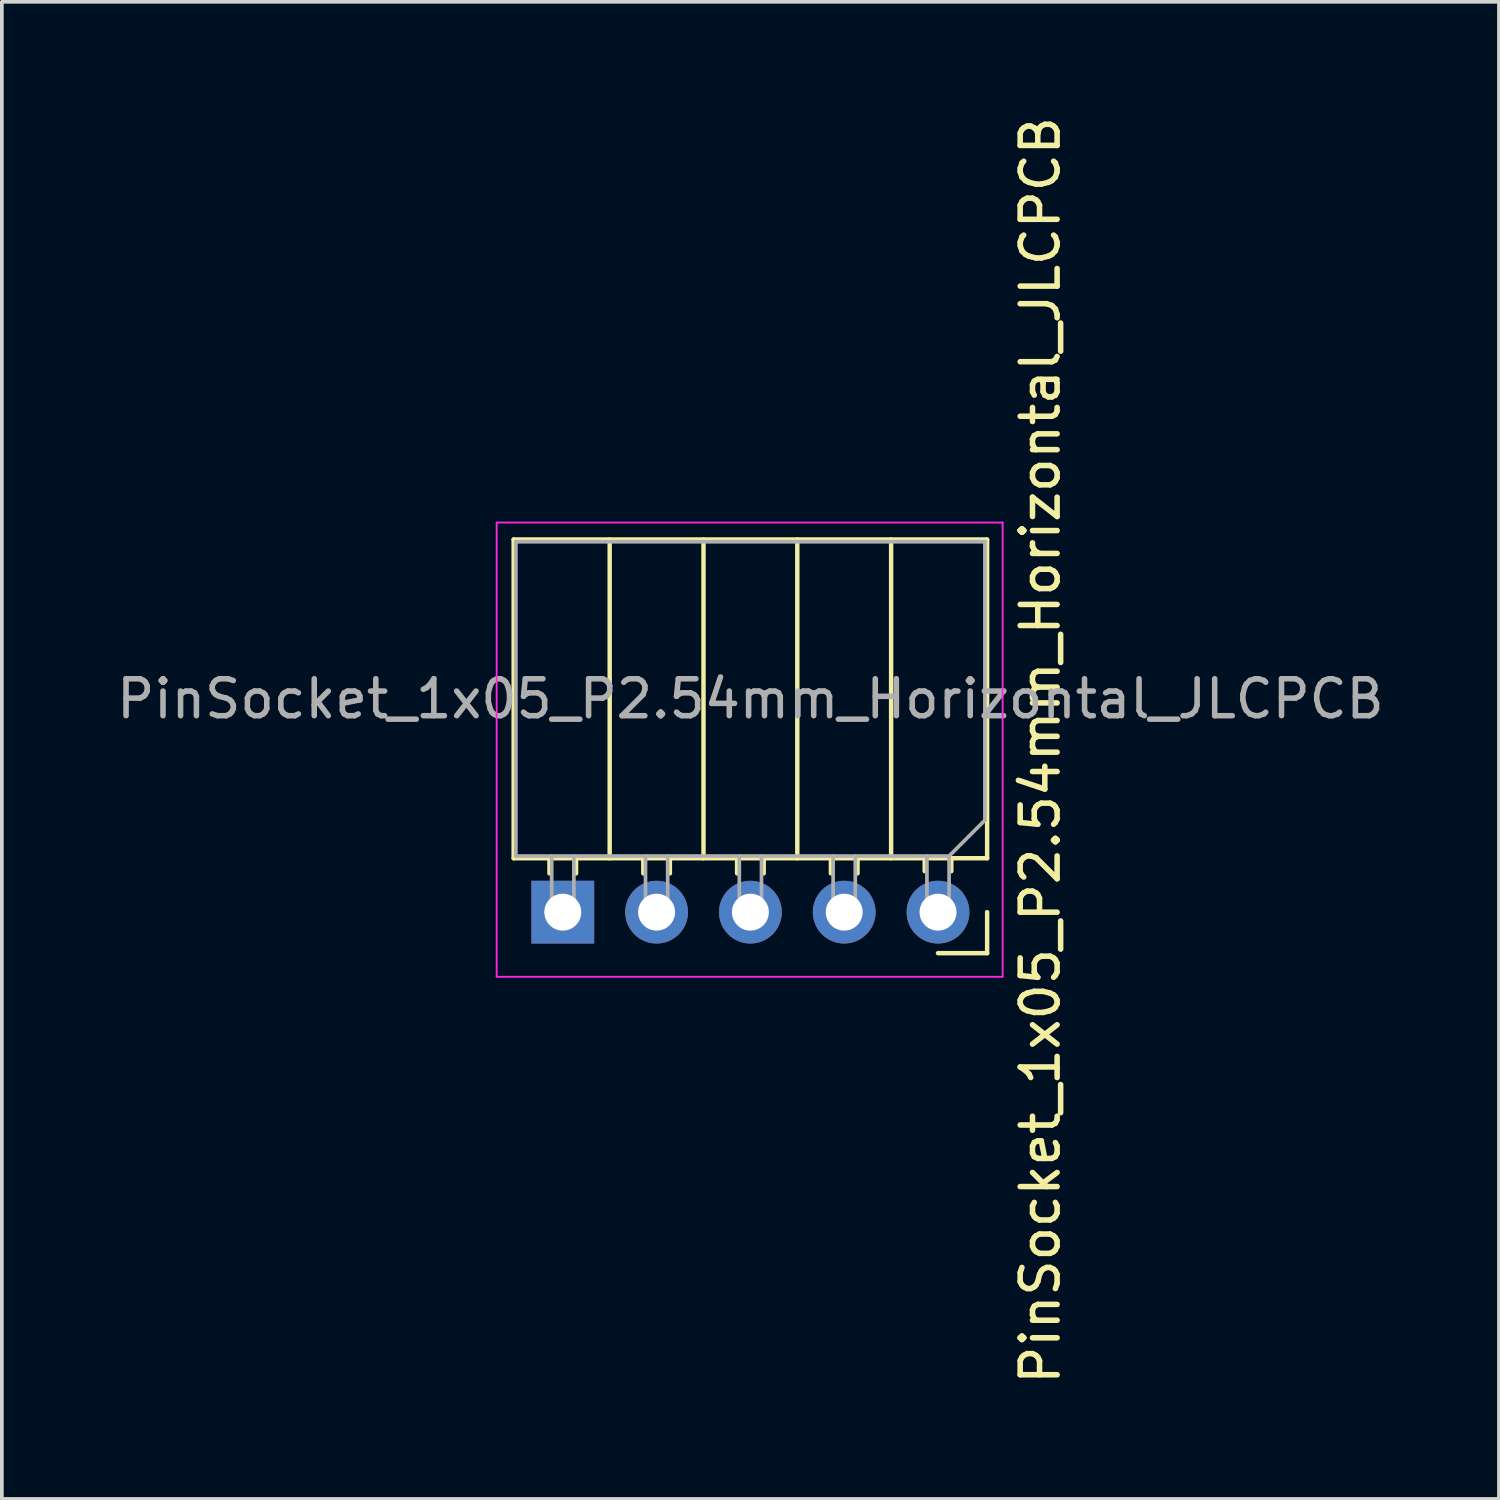
<source format=kicad_pcb>
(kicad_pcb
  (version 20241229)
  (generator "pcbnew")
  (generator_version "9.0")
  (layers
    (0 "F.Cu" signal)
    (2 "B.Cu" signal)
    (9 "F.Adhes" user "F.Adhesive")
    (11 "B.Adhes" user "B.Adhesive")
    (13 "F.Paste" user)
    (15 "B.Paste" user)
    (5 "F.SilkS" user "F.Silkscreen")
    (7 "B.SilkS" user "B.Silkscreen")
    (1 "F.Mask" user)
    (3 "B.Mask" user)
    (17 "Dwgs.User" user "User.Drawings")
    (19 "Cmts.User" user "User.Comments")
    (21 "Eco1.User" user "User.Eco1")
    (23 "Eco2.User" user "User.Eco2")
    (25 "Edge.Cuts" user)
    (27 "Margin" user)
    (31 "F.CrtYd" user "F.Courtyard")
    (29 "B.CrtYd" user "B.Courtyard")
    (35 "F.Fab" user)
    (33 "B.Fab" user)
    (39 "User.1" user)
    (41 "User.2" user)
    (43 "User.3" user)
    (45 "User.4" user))
  (footprint "PinSocket_1x05_P2.54mm_Horizontal_JLCPCB"
    (layer "F.Cu")
    (at 17.268 21.648)
    (property "Reference" "PinSocket_1x05_P2.54mm_Horizontal_JLCPCB" (at 7.85 -4.38 270) (layer "F.SilkS") (effects (font (size 1 1) (thickness 0.15))))
    (attr through_hole)
    (fp_line (start -6.41 -10.09) (end -6.41 -1.46) (stroke (width 0.12) (type solid)) (layer "F.SilkS"))
    (fp_line (start -5.44 -1.46) (end -5.44 -1.05) (stroke (width 0.12) (type solid)) (layer "F.SilkS"))
    (fp_line (start -4.72 -1.46) (end -4.72 -1.05) (stroke (width 0.12) (type solid)) (layer "F.SilkS"))
    (fp_line (start -3.81 -10.09) (end -3.81 -1.46) (stroke (width 0.12) (type solid)) (layer "F.SilkS"))
    (fp_line (start -2.9 -1.46) (end -2.9 -1.05) (stroke (width 0.12) (type solid)) (layer "F.SilkS"))
    (fp_line (start -2.18 -1.46) (end -2.18 -1.05) (stroke (width 0.12) (type solid)) (layer "F.SilkS"))
    (fp_line (start -1.27 -10.09) (end -1.27 -1.46) (stroke (width 0.12) (type solid)) (layer "F.SilkS"))
    (fp_line (start -0.36 -1.46) (end -0.36 -1.05) (stroke (width 0.12) (type solid)) (layer "F.SilkS"))
    (fp_line (start 0.36 -1.46) (end 0.36 -1.05) (stroke (width 0.12) (type solid)) (layer "F.SilkS"))
    (fp_line (start 1.27 -10.09) (end 1.27 -1.46) (stroke (width 0.12) (type solid)) (layer "F.SilkS"))
    (fp_line (start 2.18 -1.46) (end 2.18 -1.05) (stroke (width 0.12) (type solid)) (layer "F.SilkS"))
    (fp_line (start 2.9 -1.46) (end 2.9 -1.05) (stroke (width 0.12) (type solid)) (layer "F.SilkS"))
    (fp_line (start 3.81 -10.09) (end 3.81 -1.46) (stroke (width 0.12) (type solid)) (layer "F.SilkS"))
    (fp_line (start 4.72 -1.46) (end 4.72 -1.11) (stroke (width 0.12) (type solid)) (layer "F.SilkS"))
    (fp_line (start 5.44 -1.46) (end 5.44 -1.11) (stroke (width 0.12) (type solid)) (layer "F.SilkS"))
    (fp_line (start 6.41 -10.09) (end -6.41 -10.09) (stroke (width 0.12) (type solid)) (layer "F.SilkS"))
    (fp_line (start 6.41 -10.09) (end 6.41 -1.46) (stroke (width 0.12) (type solid)) (layer "F.SilkS"))
    (fp_line (start 6.41 -1.46) (end -6.41 -1.46) (stroke (width 0.12) (type solid)) (layer "F.SilkS"))
    (fp_line (start 6.41 0) (end 6.41 1.11) (stroke (width 0.12) (type solid)) (layer "F.SilkS"))
    (fp_line (start 6.41 1.11) (end 5.08 1.11) (stroke (width 0.12) (type solid)) (layer "F.SilkS"))
    (fp_line (start -6.87 -10.55) (end -6.87 1.75) (stroke (width 0.05) (type solid)) (layer "F.CrtYd"))
    (fp_line (start -6.87 1.75) (end 6.83 1.75) (stroke (width 0.05) (type solid)) (layer "F.CrtYd"))
    (fp_line (start 6.83 -10.55) (end -6.87 -10.55) (stroke (width 0.05) (type solid)) (layer "F.CrtYd"))
    (fp_line (start 6.83 1.75) (end 6.83 -10.55) (stroke (width 0.05) (type solid)) (layer "F.CrtYd"))
    (fp_line (start -6.35 -10.03) (end 6.35 -10.03) (stroke (width 0.1) (type solid)) (layer "F.Fab"))
    (fp_line (start -6.35 -1.52) (end -6.35 -10.03) (stroke (width 0.1) (type solid)) (layer "F.Fab"))
    (fp_line (start -5.38 -1.52) (end -5.38 0) (stroke (width 0.1) (type solid)) (layer "F.Fab"))
    (fp_line (start -5.38 0) (end -4.78 0) (stroke (width 0.1) (type solid)) (layer "F.Fab"))
    (fp_line (start -4.78 0) (end -4.78 -1.52) (stroke (width 0.1) (type solid)) (layer "F.Fab"))
    (fp_line (start -2.84 -1.52) (end -2.84 0) (stroke (width 0.1) (type solid)) (layer "F.Fab"))
    (fp_line (start -2.84 0) (end -2.24 0) (stroke (width 0.1) (type solid)) (layer "F.Fab"))
    (fp_line (start -2.24 0) (end -2.24 -1.52) (stroke (width 0.1) (type solid)) (layer "F.Fab"))
    (fp_line (start -0.3 -1.52) (end -0.3 0) (stroke (width 0.1) (type solid)) (layer "F.Fab"))
    (fp_line (start -0.3 0) (end 0.3 0) (stroke (width 0.1) (type solid)) (layer "F.Fab"))
    (fp_line (start 0.3 0) (end 0.3 -1.52) (stroke (width 0.1) (type solid)) (layer "F.Fab"))
    (fp_line (start 2.24 -1.52) (end 2.24 0) (stroke (width 0.1) (type solid)) (layer "F.Fab"))
    (fp_line (start 2.24 0) (end 2.84 0) (stroke (width 0.1) (type solid)) (layer "F.Fab"))
    (fp_line (start 2.84 0) (end 2.84 -1.52) (stroke (width 0.1) (type solid)) (layer "F.Fab"))
    (fp_line (start 4.78 -1.52) (end 4.78 0) (stroke (width 0.1) (type solid)) (layer "F.Fab"))
    (fp_line (start 4.78 0) (end 5.38 0) (stroke (width 0.1) (type solid)) (layer "F.Fab"))
    (fp_line (start 5.38 -1.52) (end -6.35 -1.52) (stroke (width 0.1) (type solid)) (layer "F.Fab"))
    (fp_line (start 5.38 0) (end 5.38 -1.52) (stroke (width 0.1) (type solid)) (layer "F.Fab"))
    (fp_line (start 6.35 -10.03) (end 6.35 -2.49) (stroke (width 0.1) (type solid)) (layer "F.Fab"))
    (fp_line (start 6.35 -2.49) (end 5.38 -1.52) (stroke (width 0.1) (type solid)) (layer "F.Fab"))
    (fp_text user "${REFERENCE}" (at 0 -5.775 0) (layer "F.Fab") (effects (font (size 1 1) (thickness 0.15))))
    (pad "1" thru_hole rect (at -5.08 0 270) (size 1.7 1.7) (drill 1) (layers "*.Cu" "*.Mask"))
    (pad "2" thru_hole oval (at -2.54 0 270) (size 1.7 1.7) (drill 1) (layers "*.Cu" "*.Mask"))
    (pad "3" thru_hole oval (at 0 0 270) (size 1.7 1.7) (drill 1) (layers "*.Cu" "*.Mask"))
    (pad "4" thru_hole oval (at 2.54 0 270) (size 1.7 1.7) (drill 1) (layers "*.Cu" "*.Mask"))
    (pad "5" thru_hole circle (at 5.08 0 270) (size 1.7 1.7) (drill 1) (layers "*.Cu" "*.Mask")))
  (gr_rect
    (start -3 -3)
    (end 37.536 37.536)
    (stroke (width 0.1) (type default))
    (fill no)
    (layer "Edge.Cuts")))
</source>
